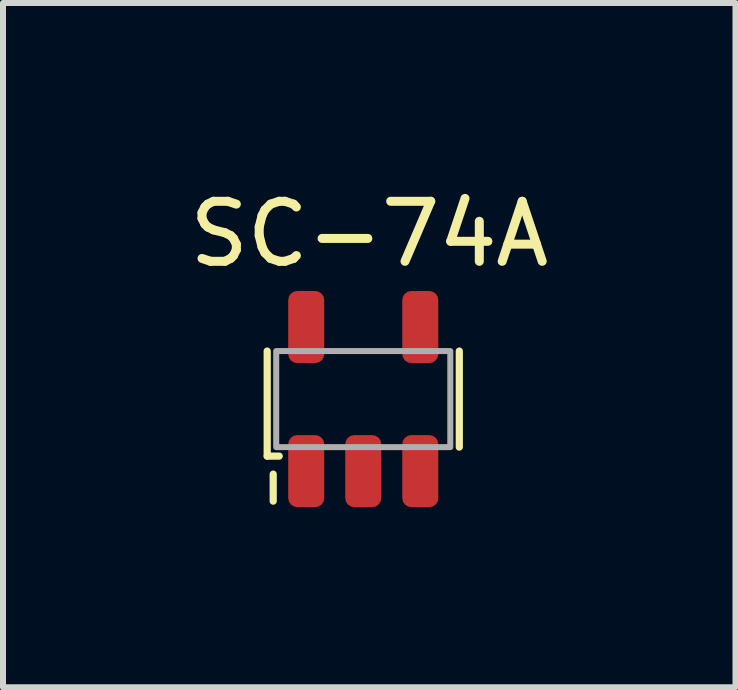
<source format=kicad_pcb>
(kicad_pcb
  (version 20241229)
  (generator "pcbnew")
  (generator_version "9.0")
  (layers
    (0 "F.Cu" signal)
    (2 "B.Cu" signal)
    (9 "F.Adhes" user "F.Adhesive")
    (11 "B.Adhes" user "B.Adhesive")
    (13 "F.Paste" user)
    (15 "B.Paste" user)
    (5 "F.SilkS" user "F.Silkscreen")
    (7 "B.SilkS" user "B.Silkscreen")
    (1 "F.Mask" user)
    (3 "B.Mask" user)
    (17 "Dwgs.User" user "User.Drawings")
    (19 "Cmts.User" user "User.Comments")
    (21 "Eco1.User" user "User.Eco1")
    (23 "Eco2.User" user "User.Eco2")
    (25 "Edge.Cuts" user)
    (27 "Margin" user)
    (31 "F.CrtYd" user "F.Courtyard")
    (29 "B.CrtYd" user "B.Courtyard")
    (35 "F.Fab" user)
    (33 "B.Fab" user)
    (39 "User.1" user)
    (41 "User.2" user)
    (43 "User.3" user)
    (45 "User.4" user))
  (footprint "SC-74A"
    (layer "F.Cu")
    (at 3.001 3.598)
    (property "Reference" "SC-74A" (at 0.1 -2.75 0) (unlocked yes) (layer "F.SilkS") (effects (font (size 1 1) (thickness 0.15))))
    (attr smd)
    (fp_line (start -1.6 -0.8) (end -1.6 0.95) (stroke (width 0.12) (type solid)) (layer "F.SilkS"))
    (fp_line (start -1.5 1.7) (end -1.5 1.25) (stroke (width 0.12) (type solid)) (layer "F.SilkS"))
    (fp_line (start -1.4 0.95) (end -1.6 0.95) (stroke (width 0.12) (type solid)) (layer "F.SilkS"))
    (fp_line (start 1.6 -0.8) (end 1.6 0.8) (stroke (width 0.12) (type solid)) (layer "F.SilkS"))
    (fp_rect (start -1.45 -0.8) (end 1.45 0.8) (stroke (width 0.1) (type solid)) (fill no) (layer "F.Fab"))
    (pad "1" smd roundrect (at -0.95 1.2) (size 0.6 1.2) (layers "F.Cu" "F.Mask" "F.Paste") (roundrect_rratio 0.25))
    (pad "2" smd roundrect (at 0 1.2) (size 0.6 1.2) (layers "F.Cu" "F.Mask" "F.Paste") (roundrect_rratio 0.25))
    (pad "3" smd roundrect (at 0.95 1.2) (size 0.6 1.2) (layers "F.Cu" "F.Mask" "F.Paste") (roundrect_rratio 0.25))
    (pad "4" smd roundrect (at 0.95 -1.2) (size 0.6 1.2) (layers "F.Cu" "F.Mask" "F.Paste") (roundrect_rratio 0.25))
    (pad "5" smd roundrect (at -0.95 -1.2) (size 0.6 1.2) (layers "F.Cu" "F.Mask" "F.Paste") (roundrect_rratio 0.25)))
  (gr_rect
    (start -3 -3)
    (end 9.202 8.398)
    (stroke (width 0.1) (type default))
    (fill no)
    (layer "Edge.Cuts")))
</source>
